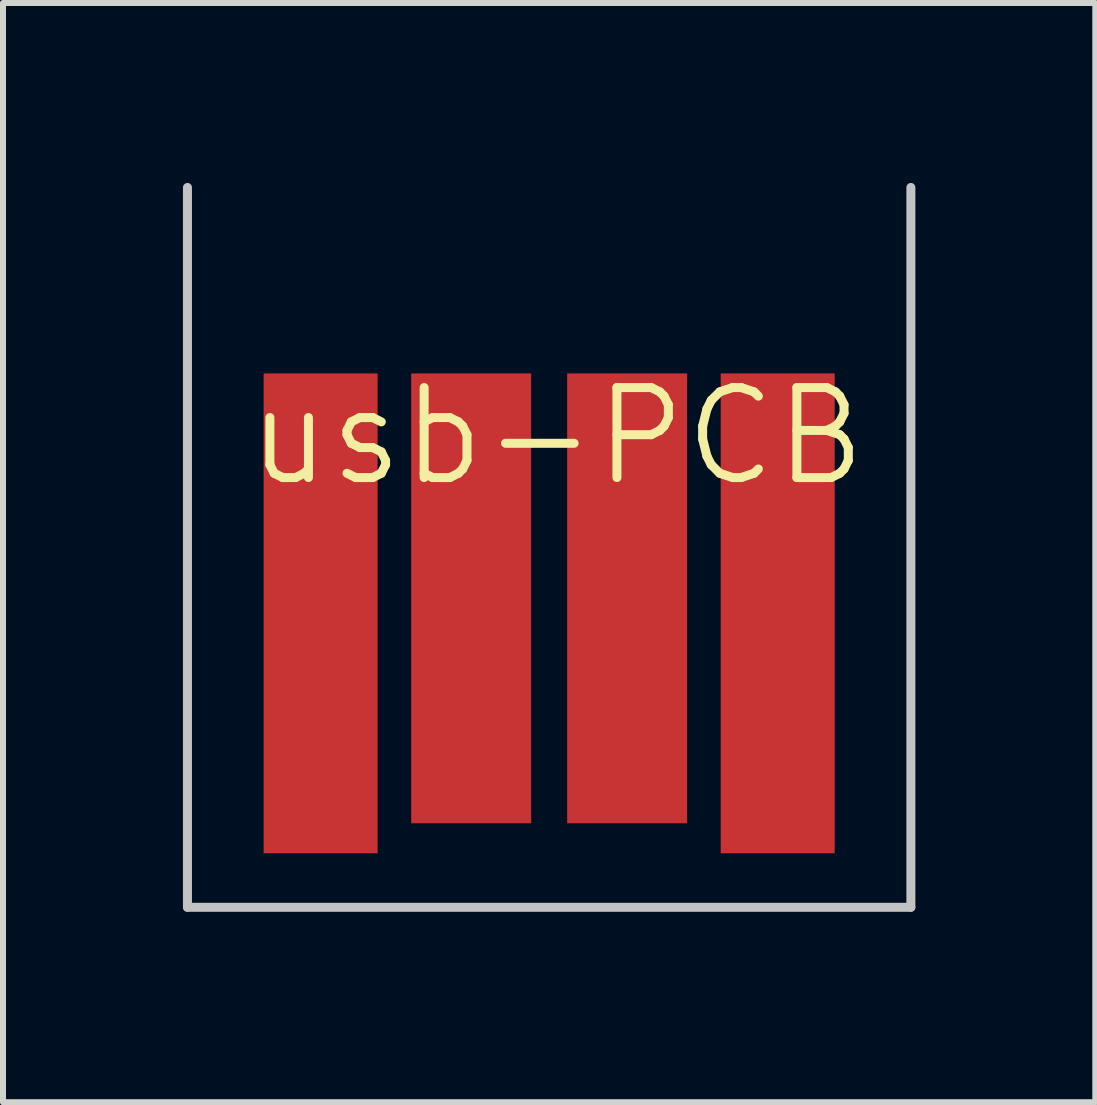
<source format=kicad_pcb>
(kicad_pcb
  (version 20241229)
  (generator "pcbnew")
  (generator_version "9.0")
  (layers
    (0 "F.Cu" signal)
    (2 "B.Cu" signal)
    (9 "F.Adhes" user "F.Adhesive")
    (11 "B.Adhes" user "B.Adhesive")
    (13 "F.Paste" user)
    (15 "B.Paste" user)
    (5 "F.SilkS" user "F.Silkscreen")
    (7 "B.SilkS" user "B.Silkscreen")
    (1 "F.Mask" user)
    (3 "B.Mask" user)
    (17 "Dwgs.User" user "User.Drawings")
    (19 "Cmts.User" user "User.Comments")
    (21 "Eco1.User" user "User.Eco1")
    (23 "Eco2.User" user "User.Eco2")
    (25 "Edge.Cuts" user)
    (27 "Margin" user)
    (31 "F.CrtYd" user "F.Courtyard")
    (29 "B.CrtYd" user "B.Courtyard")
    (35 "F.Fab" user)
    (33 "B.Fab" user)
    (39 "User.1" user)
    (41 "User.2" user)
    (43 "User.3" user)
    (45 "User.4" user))
  (footprint "usb-PCB"
    (layer "F.Cu")
    (at 6.105 12.075)
    (property "Reference" "usb-PCB" (at 0.13 -7.85 180) (layer "F.SilkS") (effects (font (size 1.5 1.5) (thickness 0.15))))
    (attr exclude_from_pos_files exclude_from_bom)
    (fp_line (start -6.03 0) (end -6.03 -12) (stroke (width 0.15) (type solid)) (layer "Dwgs.User"))
    (fp_line (start 6.03 0) (end -6.03 0) (stroke (width 0.15) (type solid)) (layer "Dwgs.User"))
    (fp_line (start 6.03 0) (end 6.03 -12) (stroke (width 0.15) (type solid)) (layer "Dwgs.User"))
    (pad "1" connect rect (at 3.81 -4.9) (size 1.9 8) (layers "F.Cu" "F.Mask"))
    (pad "2" connect rect (at 1.3 -5.15) (size 2 7.5) (layers "F.Cu" "F.Mask"))
    (pad "3" connect rect (at -1.3 -5.15) (size 2 7.5) (layers "F.Cu" "F.Mask"))
    (pad "4" connect rect (at -3.81 -4.9) (size 1.9 8) (layers "F.Cu" "F.Mask")))
  (gr_rect
    (start -3 -3)
    (end 15.21 15.325)
    (stroke (width 0.1) (type default))
    (fill no)
    (layer "Edge.Cuts")))
</source>
